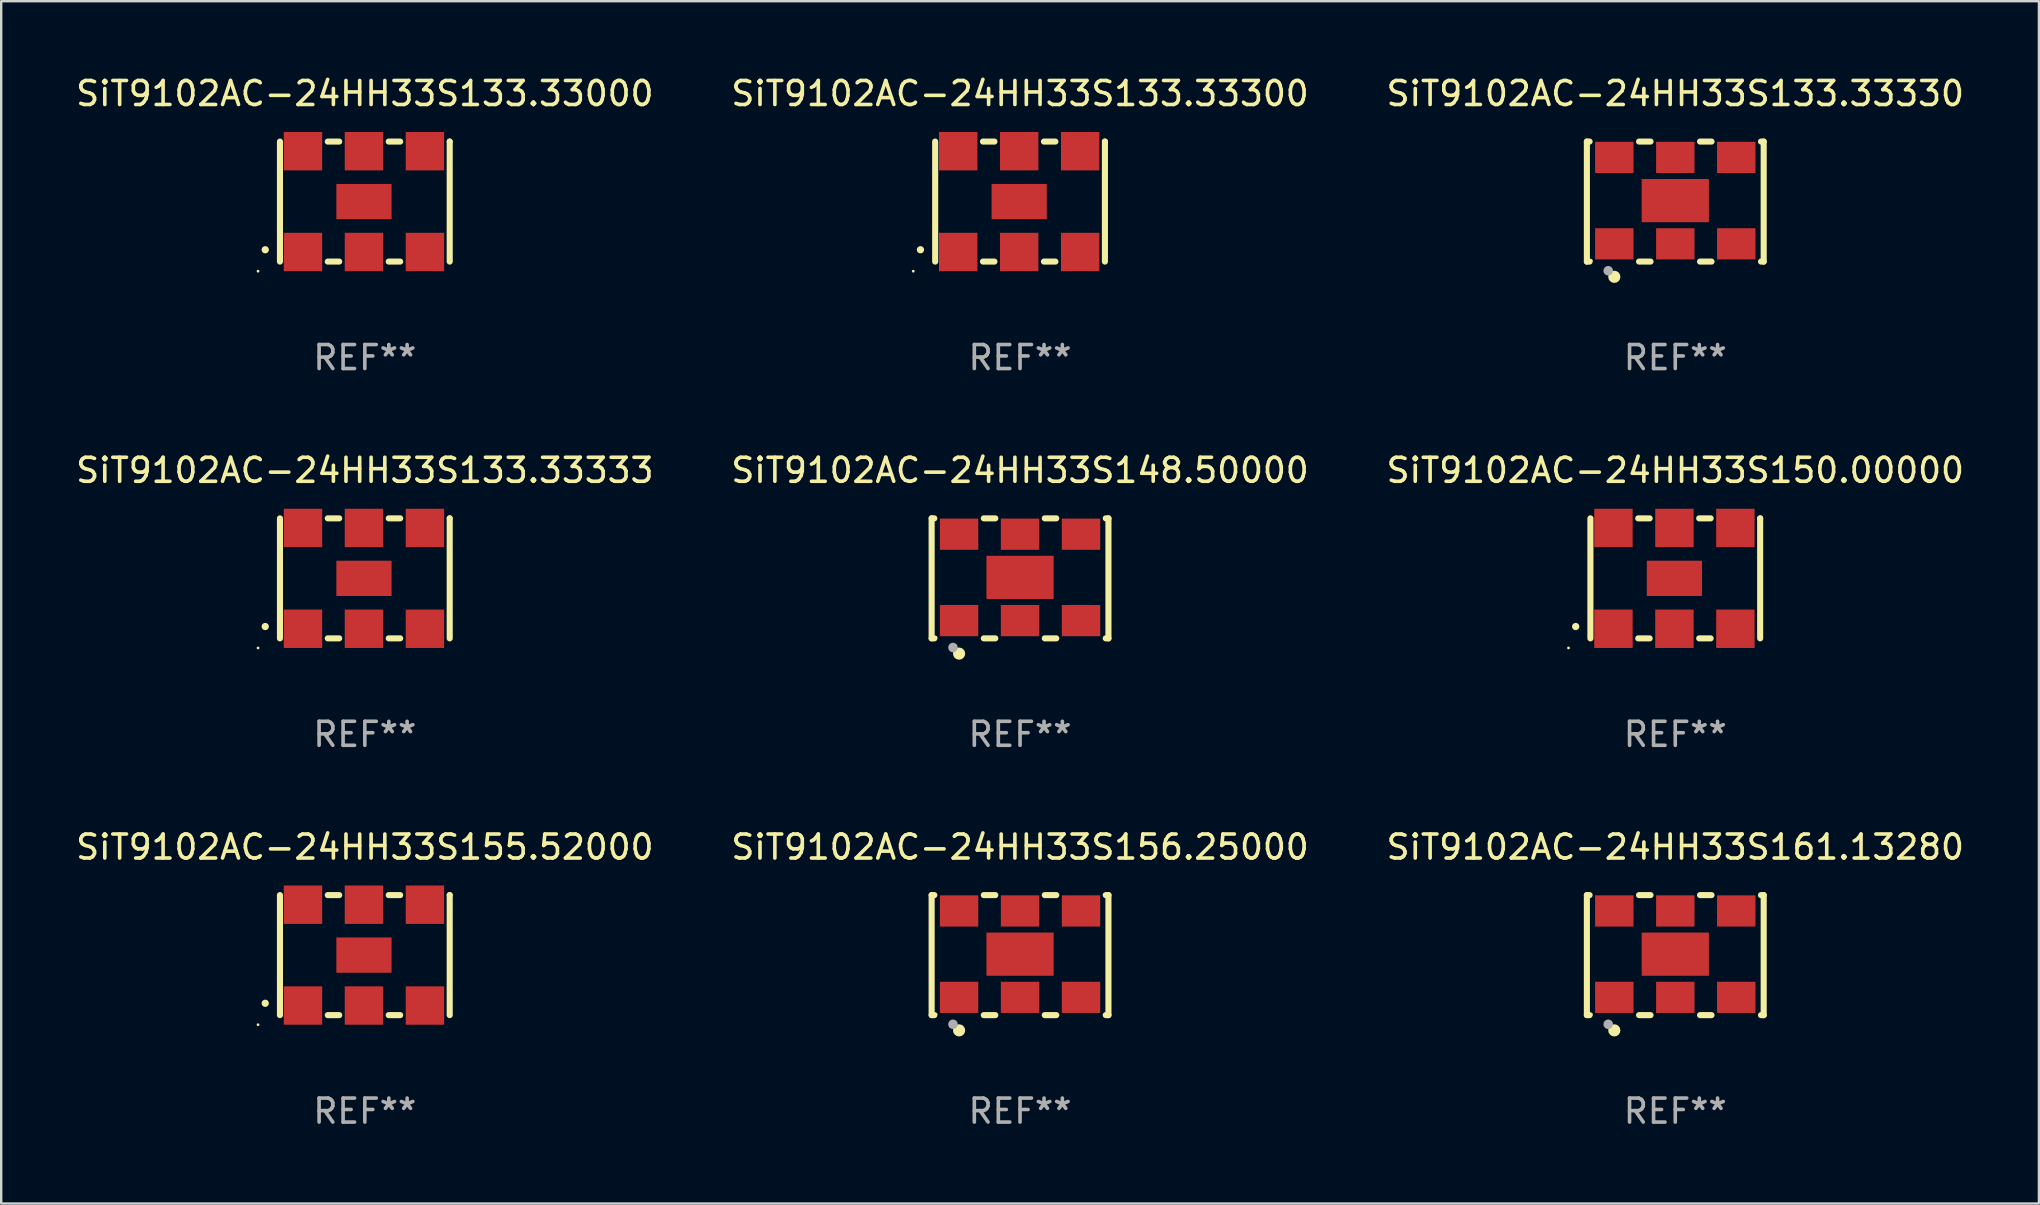
<source format=kicad_pcb>
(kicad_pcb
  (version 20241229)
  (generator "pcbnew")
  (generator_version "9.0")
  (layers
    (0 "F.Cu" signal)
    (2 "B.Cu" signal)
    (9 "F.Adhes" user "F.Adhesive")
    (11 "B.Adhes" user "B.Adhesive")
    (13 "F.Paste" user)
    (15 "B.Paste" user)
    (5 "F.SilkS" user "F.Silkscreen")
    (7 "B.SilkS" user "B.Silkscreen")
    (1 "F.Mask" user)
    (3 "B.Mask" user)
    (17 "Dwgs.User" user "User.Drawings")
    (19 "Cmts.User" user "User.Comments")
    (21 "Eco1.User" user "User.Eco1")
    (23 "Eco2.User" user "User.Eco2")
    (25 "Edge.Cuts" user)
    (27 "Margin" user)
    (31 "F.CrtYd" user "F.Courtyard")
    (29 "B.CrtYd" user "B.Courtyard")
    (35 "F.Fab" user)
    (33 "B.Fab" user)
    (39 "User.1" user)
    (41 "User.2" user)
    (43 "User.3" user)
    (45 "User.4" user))
  (footprint "SiT9102AC-24HH33S133.33000"
    (layer "F.Cu")
    (at 12.149 5.348)
    (property "Reference" "SiT9102AC-24HH33S133.33000" (at 0 -4.5 0) (layer "F.SilkS") (effects (font (size 1 1) (thickness 0.15))))
    (attr through_hole)
    (fp_line (start -3.536 -2.5) (end -3.536 2.5) (stroke (width 0.254) (type solid)) (layer "F.SilkS"))
    (fp_line (start -1.544 2.5) (end -1.067 2.5) (stroke (width 0.254) (type solid)) (layer "F.SilkS"))
    (fp_line (start -1.067 -2.5) (end -1.544 -2.5) (stroke (width 0.254) (type solid)) (layer "F.SilkS"))
    (fp_line (start 0.996 2.5) (end 1.473 2.5) (stroke (width 0.254) (type solid)) (layer "F.SilkS"))
    (fp_line (start 1.473 -2.5) (end 0.996 -2.5) (stroke (width 0.254) (type solid)) (layer "F.SilkS"))
    (fp_line (start 3.536 -2.5) (end 3.536 -2.5) (stroke (width 0.254) (type solid)) (layer "F.SilkS"))
    (fp_line (start 3.536 2.5) (end 3.536 -2.5) (stroke (width 0.254) (type solid)) (layer "F.SilkS"))
    (fp_arc (start -4.150432 2.006604) (mid -4.149162 2.006599) (end -4.147892 2.006604) (stroke (width 0.3) (type solid)) (layer "F.SilkS"))
    (fp_circle (center -4.449 2.9) (end -4.419 2.9) (stroke (width 0.06) (type solid)) (fill no) (layer "F.SilkS"))
    (fp_text user "REF**" (at 0 6.5 0) (layer "F.Fab") (effects (font (size 1 1) (thickness 0.15))))
    (pad "1" smd rect (at -2.576 2.1) (size 1.6 1.6) (layers "F.Cu" "F.Mask" "F.Paste"))
    (pad "2" smd rect (at -0.036 2.1) (size 1.6 1.6) (layers "F.Cu" "F.Mask" "F.Paste"))
    (pad "3" smd rect (at 2.504 2.1) (size 1.6 1.6) (layers "F.Cu" "F.Mask" "F.Paste"))
    (pad "4" smd rect (at 2.504 -2.1) (size 1.6 1.6) (layers "F.Cu" "F.Mask" "F.Paste"))
    (pad "5" smd rect (at -0.036 -2.1) (size 1.6 1.6) (layers "F.Cu" "F.Mask" "F.Paste"))
    (pad "6" smd rect (at -2.576 -2.1) (size 1.6 1.6) (layers "F.Cu" "F.Mask" "F.Paste"))
    (pad "7" smd rect (at -0.036 0) (size 2.3 1.47) (layers "F.Cu" "F.Mask" "F.Paste")))
  (footprint "SiT9102AC-24HH33S133.33330"
    (layer "F.Cu")
    (at 66.744 5.348)
    (property "Reference" "SiT9102AC-24HH33S133.33330" (at 0 -4.5 0) (layer "F.SilkS") (effects (font (size 1 1) (thickness 0.15))))
    (attr through_hole)
    (fp_line (start -3.683 -2.5) (end -3.571 -2.5) (stroke (width 0.254) (type solid)) (layer "F.SilkS"))
    (fp_line (start -3.683 2.5) (end -3.683 -2.5) (stroke (width 0.254) (type solid)) (layer "F.SilkS"))
    (fp_line (start -3.683 2.5) (end -3.571 2.5) (stroke (width 0.254) (type solid)) (layer "F.SilkS"))
    (fp_line (start -1.509 -2.5) (end -1.031 -2.5) (stroke (width 0.254) (type solid)) (layer "F.SilkS"))
    (fp_line (start -1.509 2.5) (end -1.031 2.5) (stroke (width 0.254) (type solid)) (layer "F.SilkS"))
    (fp_line (start 1.031 -2.5) (end 1.509 -2.5) (stroke (width 0.254) (type solid)) (layer "F.SilkS"))
    (fp_line (start 1.031 2.5) (end 1.509 2.5) (stroke (width 0.254) (type solid)) (layer "F.SilkS"))
    (fp_line (start 3.571 -2.5) (end 3.683 -2.5) (stroke (width 0.254) (type solid)) (layer "F.SilkS"))
    (fp_line (start 3.571 2.5) (end 3.683 2.5) (stroke (width 0.254) (type solid)) (layer "F.SilkS"))
    (fp_line (start 3.683 2.5) (end 3.683 -2.5) (stroke (width 0.254) (type solid)) (layer "F.SilkS"))
    (fp_circle (center -3.5 2.46) (end -3.47 2.46) (stroke (width 0.06) (type solid)) (fill no) (layer "F.SilkS"))
    (fp_circle (center -2.54 3.135) (end -2.413 3.135) (stroke (width 0.254) (type solid)) (fill no) (layer "F.SilkS"))
    (fp_circle (center -2.794 2.881) (end -2.694 2.881) (stroke (width 0.2) (type solid)) (fill no) (layer "F.Fab"))
    (fp_text user "REF**" (at 0 6.5 0) (layer "F.Fab") (effects (font (size 1 1) (thickness 0.15))))
    (pad "1" smd rect (at -2.54 1.76) (size 1.6 1.3) (layers "F.Cu" "F.Mask" "F.Paste"))
    (pad "2" smd rect (at 0 1.76) (size 1.6 1.3) (layers "F.Cu" "F.Mask" "F.Paste"))
    (pad "3" smd rect (at 2.54 1.76) (size 1.6 1.3) (layers "F.Cu" "F.Mask" "F.Paste"))
    (pad "4" smd rect (at 2.54 -1.84) (size 1.6 1.3) (layers "F.Cu" "F.Mask" "F.Paste"))
    (pad "5" smd rect (at 0 -1.84) (size 1.6 1.3) (layers "F.Cu" "F.Mask" "F.Paste"))
    (pad "6" smd rect (at -2.54 -1.84) (size 1.6 1.3) (layers "F.Cu" "F.Mask" "F.Paste"))
    (pad "7" smd rect (at 0 -0.04) (size 2.8 1.8) (layers "F.Cu" "F.Mask" "F.Paste")))
  (footprint "SiT9102AC-24HH33S133.33300"
    (layer "F.Cu")
    (at 39.446 5.348)
    (property "Reference" "SiT9102AC-24HH33S133.33300" (at 0 -4.5 0) (layer "F.SilkS") (effects (font (size 1 1) (thickness 0.15))))
    (attr through_hole)
    (fp_line (start -3.536 -2.5) (end -3.536 2.5) (stroke (width 0.254) (type solid)) (layer "F.SilkS"))
    (fp_line (start -1.544 2.5) (end -1.067 2.5) (stroke (width 0.254) (type solid)) (layer "F.SilkS"))
    (fp_line (start -1.067 -2.5) (end -1.544 -2.5) (stroke (width 0.254) (type solid)) (layer "F.SilkS"))
    (fp_line (start 0.996 2.5) (end 1.473 2.5) (stroke (width 0.254) (type solid)) (layer "F.SilkS"))
    (fp_line (start 1.473 -2.5) (end 0.996 -2.5) (stroke (width 0.254) (type solid)) (layer "F.SilkS"))
    (fp_line (start 3.536 -2.5) (end 3.536 -2.5) (stroke (width 0.254) (type solid)) (layer "F.SilkS"))
    (fp_line (start 3.536 2.5) (end 3.536 -2.5) (stroke (width 0.254) (type solid)) (layer "F.SilkS"))
    (fp_arc (start -4.150432 2.006604) (mid -4.149162 2.006599) (end -4.147892 2.006604) (stroke (width 0.3) (type solid)) (layer "F.SilkS"))
    (fp_circle (center -4.449 2.9) (end -4.419 2.9) (stroke (width 0.06) (type solid)) (fill no) (layer "F.SilkS"))
    (fp_text user "REF**" (at 0 6.5 0) (layer "F.Fab") (effects (font (size 1 1) (thickness 0.15))))
    (pad "1" smd rect (at -2.576 2.1) (size 1.6 1.6) (layers "F.Cu" "F.Mask" "F.Paste"))
    (pad "2" smd rect (at -0.036 2.1) (size 1.6 1.6) (layers "F.Cu" "F.Mask" "F.Paste"))
    (pad "3" smd rect (at 2.504 2.1) (size 1.6 1.6) (layers "F.Cu" "F.Mask" "F.Paste"))
    (pad "4" smd rect (at 2.504 -2.1) (size 1.6 1.6) (layers "F.Cu" "F.Mask" "F.Paste"))
    (pad "5" smd rect (at -0.036 -2.1) (size 1.6 1.6) (layers "F.Cu" "F.Mask" "F.Paste"))
    (pad "6" smd rect (at -2.576 -2.1) (size 1.6 1.6) (layers "F.Cu" "F.Mask" "F.Paste"))
    (pad "7" smd rect (at -0.036 0) (size 2.3 1.47) (layers "F.Cu" "F.Mask" "F.Paste")))
  (footprint "SiT9102AC-24HH33S150.00000"
    (layer "F.Cu")
    (at 66.744 21.045)
    (property "Reference" "SiT9102AC-24HH33S150.00000" (at 0 -4.5 0) (layer "F.SilkS") (effects (font (size 1 1) (thickness 0.15))))
    (attr through_hole)
    (fp_line (start -3.536 -2.5) (end -3.536 2.5) (stroke (width 0.254) (type solid)) (layer "F.SilkS"))
    (fp_line (start -1.544 2.5) (end -1.067 2.5) (stroke (width 0.254) (type solid)) (layer "F.SilkS"))
    (fp_line (start -1.067 -2.5) (end -1.544 -2.5) (stroke (width 0.254) (type solid)) (layer "F.SilkS"))
    (fp_line (start 0.996 2.5) (end 1.473 2.5) (stroke (width 0.254) (type solid)) (layer "F.SilkS"))
    (fp_line (start 1.473 -2.5) (end 0.996 -2.5) (stroke (width 0.254) (type solid)) (layer "F.SilkS"))
    (fp_line (start 3.536 -2.5) (end 3.536 -2.5) (stroke (width 0.254) (type solid)) (layer "F.SilkS"))
    (fp_line (start 3.536 2.5) (end 3.536 -2.5) (stroke (width 0.254) (type solid)) (layer "F.SilkS"))
    (fp_arc (start -4.150432 2.006604) (mid -4.149162 2.006599) (end -4.147892 2.006604) (stroke (width 0.3) (type solid)) (layer "F.SilkS"))
    (fp_circle (center -4.449 2.9) (end -4.419 2.9) (stroke (width 0.06) (type solid)) (fill no) (layer "F.SilkS"))
    (fp_text user "REF**" (at 0 6.5 0) (layer "F.Fab") (effects (font (size 1 1) (thickness 0.15))))
    (pad "1" smd rect (at -2.576 2.1) (size 1.6 1.6) (layers "F.Cu" "F.Mask" "F.Paste"))
    (pad "2" smd rect (at -0.036 2.1) (size 1.6 1.6) (layers "F.Cu" "F.Mask" "F.Paste"))
    (pad "3" smd rect (at 2.504 2.1) (size 1.6 1.6) (layers "F.Cu" "F.Mask" "F.Paste"))
    (pad "4" smd rect (at 2.504 -2.1) (size 1.6 1.6) (layers "F.Cu" "F.Mask" "F.Paste"))
    (pad "5" smd rect (at -0.036 -2.1) (size 1.6 1.6) (layers "F.Cu" "F.Mask" "F.Paste"))
    (pad "6" smd rect (at -2.576 -2.1) (size 1.6 1.6) (layers "F.Cu" "F.Mask" "F.Paste"))
    (pad "7" smd rect (at -0.036 0) (size 2.3 1.47) (layers "F.Cu" "F.Mask" "F.Paste")))
  (footprint "SiT9102AC-24HH33S161.13280"
    (layer "F.Cu")
    (at 66.744 36.741)
    (property "Reference" "SiT9102AC-24HH33S161.13280" (at 0 -4.5 0) (layer "F.SilkS") (effects (font (size 1 1) (thickness 0.15))))
    (attr through_hole)
    (fp_line (start -3.683 -2.5) (end -3.571 -2.5) (stroke (width 0.254) (type solid)) (layer "F.SilkS"))
    (fp_line (start -3.683 2.5) (end -3.683 -2.5) (stroke (width 0.254) (type solid)) (layer "F.SilkS"))
    (fp_line (start -3.683 2.5) (end -3.571 2.5) (stroke (width 0.254) (type solid)) (layer "F.SilkS"))
    (fp_line (start -1.509 -2.5) (end -1.031 -2.5) (stroke (width 0.254) (type solid)) (layer "F.SilkS"))
    (fp_line (start -1.509 2.5) (end -1.031 2.5) (stroke (width 0.254) (type solid)) (layer "F.SilkS"))
    (fp_line (start 1.031 -2.5) (end 1.509 -2.5) (stroke (width 0.254) (type solid)) (layer "F.SilkS"))
    (fp_line (start 1.031 2.5) (end 1.509 2.5) (stroke (width 0.254) (type solid)) (layer "F.SilkS"))
    (fp_line (start 3.571 -2.5) (end 3.683 -2.5) (stroke (width 0.254) (type solid)) (layer "F.SilkS"))
    (fp_line (start 3.571 2.5) (end 3.683 2.5) (stroke (width 0.254) (type solid)) (layer "F.SilkS"))
    (fp_line (start 3.683 2.5) (end 3.683 -2.5) (stroke (width 0.254) (type solid)) (layer "F.SilkS"))
    (fp_circle (center -3.5 2.46) (end -3.47 2.46) (stroke (width 0.06) (type solid)) (fill no) (layer "F.SilkS"))
    (fp_circle (center -2.54 3.135) (end -2.413 3.135) (stroke (width 0.254) (type solid)) (fill no) (layer "F.SilkS"))
    (fp_circle (center -2.794 2.881) (end -2.694 2.881) (stroke (width 0.2) (type solid)) (fill no) (layer "F.Fab"))
    (fp_text user "REF**" (at 0 6.5 0) (layer "F.Fab") (effects (font (size 1 1) (thickness 0.15))))
    (pad "1" smd rect (at -2.54 1.76) (size 1.6 1.3) (layers "F.Cu" "F.Mask" "F.Paste"))
    (pad "2" smd rect (at 0 1.76) (size 1.6 1.3) (layers "F.Cu" "F.Mask" "F.Paste"))
    (pad "3" smd rect (at 2.54 1.76) (size 1.6 1.3) (layers "F.Cu" "F.Mask" "F.Paste"))
    (pad "4" smd rect (at 2.54 -1.84) (size 1.6 1.3) (layers "F.Cu" "F.Mask" "F.Paste"))
    (pad "5" smd rect (at 0 -1.84) (size 1.6 1.3) (layers "F.Cu" "F.Mask" "F.Paste"))
    (pad "6" smd rect (at -2.54 -1.84) (size 1.6 1.3) (layers "F.Cu" "F.Mask" "F.Paste"))
    (pad "7" smd rect (at 0 -0.04) (size 2.8 1.8) (layers "F.Cu" "F.Mask" "F.Paste")))
  (footprint "SiT9102AC-24HH33S148.50000"
    (layer "F.Cu")
    (at 39.446 21.045)
    (property "Reference" "SiT9102AC-24HH33S148.50000" (at 0 -4.5 0) (layer "F.SilkS") (effects (font (size 1 1) (thickness 0.15))))
    (attr through_hole)
    (fp_line (start -3.683 -2.5) (end -3.571 -2.5) (stroke (width 0.254) (type solid)) (layer "F.SilkS"))
    (fp_line (start -3.683 2.5) (end -3.683 -2.5) (stroke (width 0.254) (type solid)) (layer "F.SilkS"))
    (fp_line (start -3.683 2.5) (end -3.571 2.5) (stroke (width 0.254) (type solid)) (layer "F.SilkS"))
    (fp_line (start -1.509 -2.5) (end -1.031 -2.5) (stroke (width 0.254) (type solid)) (layer "F.SilkS"))
    (fp_line (start -1.509 2.5) (end -1.031 2.5) (stroke (width 0.254) (type solid)) (layer "F.SilkS"))
    (fp_line (start 1.031 -2.5) (end 1.509 -2.5) (stroke (width 0.254) (type solid)) (layer "F.SilkS"))
    (fp_line (start 1.031 2.5) (end 1.509 2.5) (stroke (width 0.254) (type solid)) (layer "F.SilkS"))
    (fp_line (start 3.571 -2.5) (end 3.683 -2.5) (stroke (width 0.254) (type solid)) (layer "F.SilkS"))
    (fp_line (start 3.571 2.5) (end 3.683 2.5) (stroke (width 0.254) (type solid)) (layer "F.SilkS"))
    (fp_line (start 3.683 2.5) (end 3.683 -2.5) (stroke (width 0.254) (type solid)) (layer "F.SilkS"))
    (fp_circle (center -3.5 2.46) (end -3.47 2.46) (stroke (width 0.06) (type solid)) (fill no) (layer "F.SilkS"))
    (fp_circle (center -2.54 3.135) (end -2.413 3.135) (stroke (width 0.254) (type solid)) (fill no) (layer "F.SilkS"))
    (fp_circle (center -2.794 2.881) (end -2.694 2.881) (stroke (width 0.2) (type solid)) (fill no) (layer "F.Fab"))
    (fp_text user "REF**" (at 0 6.5 0) (layer "F.Fab") (effects (font (size 1 1) (thickness 0.15))))
    (pad "1" smd rect (at -2.54 1.76) (size 1.6 1.3) (layers "F.Cu" "F.Mask" "F.Paste"))
    (pad "2" smd rect (at 0 1.76) (size 1.6 1.3) (layers "F.Cu" "F.Mask" "F.Paste"))
    (pad "3" smd rect (at 2.54 1.76) (size 1.6 1.3) (layers "F.Cu" "F.Mask" "F.Paste"))
    (pad "4" smd rect (at 2.54 -1.84) (size 1.6 1.3) (layers "F.Cu" "F.Mask" "F.Paste"))
    (pad "5" smd rect (at 0 -1.84) (size 1.6 1.3) (layers "F.Cu" "F.Mask" "F.Paste"))
    (pad "6" smd rect (at -2.54 -1.84) (size 1.6 1.3) (layers "F.Cu" "F.Mask" "F.Paste"))
    (pad "7" smd rect (at 0 -0.04) (size 2.8 1.8) (layers "F.Cu" "F.Mask" "F.Paste")))
  (footprint "SiT9102AC-24HH33S155.52000"
    (layer "F.Cu")
    (at 12.149 36.741)
    (property "Reference" "SiT9102AC-24HH33S155.52000" (at 0 -4.5 0) (layer "F.SilkS") (effects (font (size 1 1) (thickness 0.15))))
    (attr through_hole)
    (fp_line (start -3.536 -2.5) (end -3.536 2.5) (stroke (width 0.254) (type solid)) (layer "F.SilkS"))
    (fp_line (start -1.544 2.5) (end -1.067 2.5) (stroke (width 0.254) (type solid)) (layer "F.SilkS"))
    (fp_line (start -1.067 -2.5) (end -1.544 -2.5) (stroke (width 0.254) (type solid)) (layer "F.SilkS"))
    (fp_line (start 0.996 2.5) (end 1.473 2.5) (stroke (width 0.254) (type solid)) (layer "F.SilkS"))
    (fp_line (start 1.473 -2.5) (end 0.996 -2.5) (stroke (width 0.254) (type solid)) (layer "F.SilkS"))
    (fp_line (start 3.536 -2.5) (end 3.536 -2.5) (stroke (width 0.254) (type solid)) (layer "F.SilkS"))
    (fp_line (start 3.536 2.5) (end 3.536 -2.5) (stroke (width 0.254) (type solid)) (layer "F.SilkS"))
    (fp_arc (start -4.150432 2.006604) (mid -4.149162 2.006599) (end -4.147892 2.006604) (stroke (width 0.3) (type solid)) (layer "F.SilkS"))
    (fp_circle (center -4.449 2.9) (end -4.419 2.9) (stroke (width 0.06) (type solid)) (fill no) (layer "F.SilkS"))
    (fp_text user "REF**" (at 0 6.5 0) (layer "F.Fab") (effects (font (size 1 1) (thickness 0.15))))
    (pad "1" smd rect (at -2.576 2.1) (size 1.6 1.6) (layers "F.Cu" "F.Mask" "F.Paste"))
    (pad "2" smd rect (at -0.036 2.1) (size 1.6 1.6) (layers "F.Cu" "F.Mask" "F.Paste"))
    (pad "3" smd rect (at 2.504 2.1) (size 1.6 1.6) (layers "F.Cu" "F.Mask" "F.Paste"))
    (pad "4" smd rect (at 2.504 -2.1) (size 1.6 1.6) (layers "F.Cu" "F.Mask" "F.Paste"))
    (pad "5" smd rect (at -0.036 -2.1) (size 1.6 1.6) (layers "F.Cu" "F.Mask" "F.Paste"))
    (pad "6" smd rect (at -2.576 -2.1) (size 1.6 1.6) (layers "F.Cu" "F.Mask" "F.Paste"))
    (pad "7" smd rect (at -0.036 0) (size 2.3 1.47) (layers "F.Cu" "F.Mask" "F.Paste")))
  (footprint "SiT9102AC-24HH33S156.25000"
    (layer "F.Cu")
    (at 39.446 36.741)
    (property "Reference" "SiT9102AC-24HH33S156.25000" (at 0 -4.5 0) (layer "F.SilkS") (effects (font (size 1 1) (thickness 0.15))))
    (attr through_hole)
    (fp_line (start -3.683 -2.5) (end -3.571 -2.5) (stroke (width 0.254) (type solid)) (layer "F.SilkS"))
    (fp_line (start -3.683 2.5) (end -3.683 -2.5) (stroke (width 0.254) (type solid)) (layer "F.SilkS"))
    (fp_line (start -3.683 2.5) (end -3.571 2.5) (stroke (width 0.254) (type solid)) (layer "F.SilkS"))
    (fp_line (start -1.509 -2.5) (end -1.031 -2.5) (stroke (width 0.254) (type solid)) (layer "F.SilkS"))
    (fp_line (start -1.509 2.5) (end -1.031 2.5) (stroke (width 0.254) (type solid)) (layer "F.SilkS"))
    (fp_line (start 1.031 -2.5) (end 1.509 -2.5) (stroke (width 0.254) (type solid)) (layer "F.SilkS"))
    (fp_line (start 1.031 2.5) (end 1.509 2.5) (stroke (width 0.254) (type solid)) (layer "F.SilkS"))
    (fp_line (start 3.571 -2.5) (end 3.683 -2.5) (stroke (width 0.254) (type solid)) (layer "F.SilkS"))
    (fp_line (start 3.571 2.5) (end 3.683 2.5) (stroke (width 0.254) (type solid)) (layer "F.SilkS"))
    (fp_line (start 3.683 2.5) (end 3.683 -2.5) (stroke (width 0.254) (type solid)) (layer "F.SilkS"))
    (fp_circle (center -3.5 2.46) (end -3.47 2.46) (stroke (width 0.06) (type solid)) (fill no) (layer "F.SilkS"))
    (fp_circle (center -2.54 3.135) (end -2.413 3.135) (stroke (width 0.254) (type solid)) (fill no) (layer "F.SilkS"))
    (fp_circle (center -2.794 2.881) (end -2.694 2.881) (stroke (width 0.2) (type solid)) (fill no) (layer "F.Fab"))
    (fp_text user "REF**" (at 0 6.5 0) (layer "F.Fab") (effects (font (size 1 1) (thickness 0.15))))
    (pad "1" smd rect (at -2.54 1.76) (size 1.6 1.3) (layers "F.Cu" "F.Mask" "F.Paste"))
    (pad "2" smd rect (at 0 1.76) (size 1.6 1.3) (layers "F.Cu" "F.Mask" "F.Paste"))
    (pad "3" smd rect (at 2.54 1.76) (size 1.6 1.3) (layers "F.Cu" "F.Mask" "F.Paste"))
    (pad "4" smd rect (at 2.54 -1.84) (size 1.6 1.3) (layers "F.Cu" "F.Mask" "F.Paste"))
    (pad "5" smd rect (at 0 -1.84) (size 1.6 1.3) (layers "F.Cu" "F.Mask" "F.Paste"))
    (pad "6" smd rect (at -2.54 -1.84) (size 1.6 1.3) (layers "F.Cu" "F.Mask" "F.Paste"))
    (pad "7" smd rect (at 0 -0.04) (size 2.8 1.8) (layers "F.Cu" "F.Mask" "F.Paste")))
  (footprint "SiT9102AC-24HH33S133.33333"
    (layer "F.Cu")
    (at 12.149 21.045)
    (property "Reference" "SiT9102AC-24HH33S133.33333" (at 0 -4.5 0) (layer "F.SilkS") (effects (font (size 1 1) (thickness 0.15))))
    (attr through_hole)
    (fp_line (start -3.536 -2.5) (end -3.536 2.5) (stroke (width 0.254) (type solid)) (layer "F.SilkS"))
    (fp_line (start -1.544 2.5) (end -1.067 2.5) (stroke (width 0.254) (type solid)) (layer "F.SilkS"))
    (fp_line (start -1.067 -2.5) (end -1.544 -2.5) (stroke (width 0.254) (type solid)) (layer "F.SilkS"))
    (fp_line (start 0.996 2.5) (end 1.473 2.5) (stroke (width 0.254) (type solid)) (layer "F.SilkS"))
    (fp_line (start 1.473 -2.5) (end 0.996 -2.5) (stroke (width 0.254) (type solid)) (layer "F.SilkS"))
    (fp_line (start 3.536 -2.5) (end 3.536 -2.5) (stroke (width 0.254) (type solid)) (layer "F.SilkS"))
    (fp_line (start 3.536 2.5) (end 3.536 -2.5) (stroke (width 0.254) (type solid)) (layer "F.SilkS"))
    (fp_arc (start -4.150432 2.006604) (mid -4.149162 2.006599) (end -4.147892 2.006604) (stroke (width 0.3) (type solid)) (layer "F.SilkS"))
    (fp_circle (center -4.449 2.9) (end -4.419 2.9) (stroke (width 0.06) (type solid)) (fill no) (layer "F.SilkS"))
    (fp_text user "REF**" (at 0 6.5 0) (layer "F.Fab") (effects (font (size 1 1) (thickness 0.15))))
    (pad "1" smd rect (at -2.576 2.1) (size 1.6 1.6) (layers "F.Cu" "F.Mask" "F.Paste"))
    (pad "2" smd rect (at -0.036 2.1) (size 1.6 1.6) (layers "F.Cu" "F.Mask" "F.Paste"))
    (pad "3" smd rect (at 2.504 2.1) (size 1.6 1.6) (layers "F.Cu" "F.Mask" "F.Paste"))
    (pad "4" smd rect (at 2.504 -2.1) (size 1.6 1.6) (layers "F.Cu" "F.Mask" "F.Paste"))
    (pad "5" smd rect (at -0.036 -2.1) (size 1.6 1.6) (layers "F.Cu" "F.Mask" "F.Paste"))
    (pad "6" smd rect (at -2.576 -2.1) (size 1.6 1.6) (layers "F.Cu" "F.Mask" "F.Paste"))
    (pad "7" smd rect (at -0.036 0) (size 2.3 1.47) (layers "F.Cu" "F.Mask" "F.Paste")))
  (gr_rect
    (start -3 -3)
    (end 81.893 47.09)
    (stroke (width 0.1) (type default))
    (fill no)
    (layer "Edge.Cuts")))
</source>
